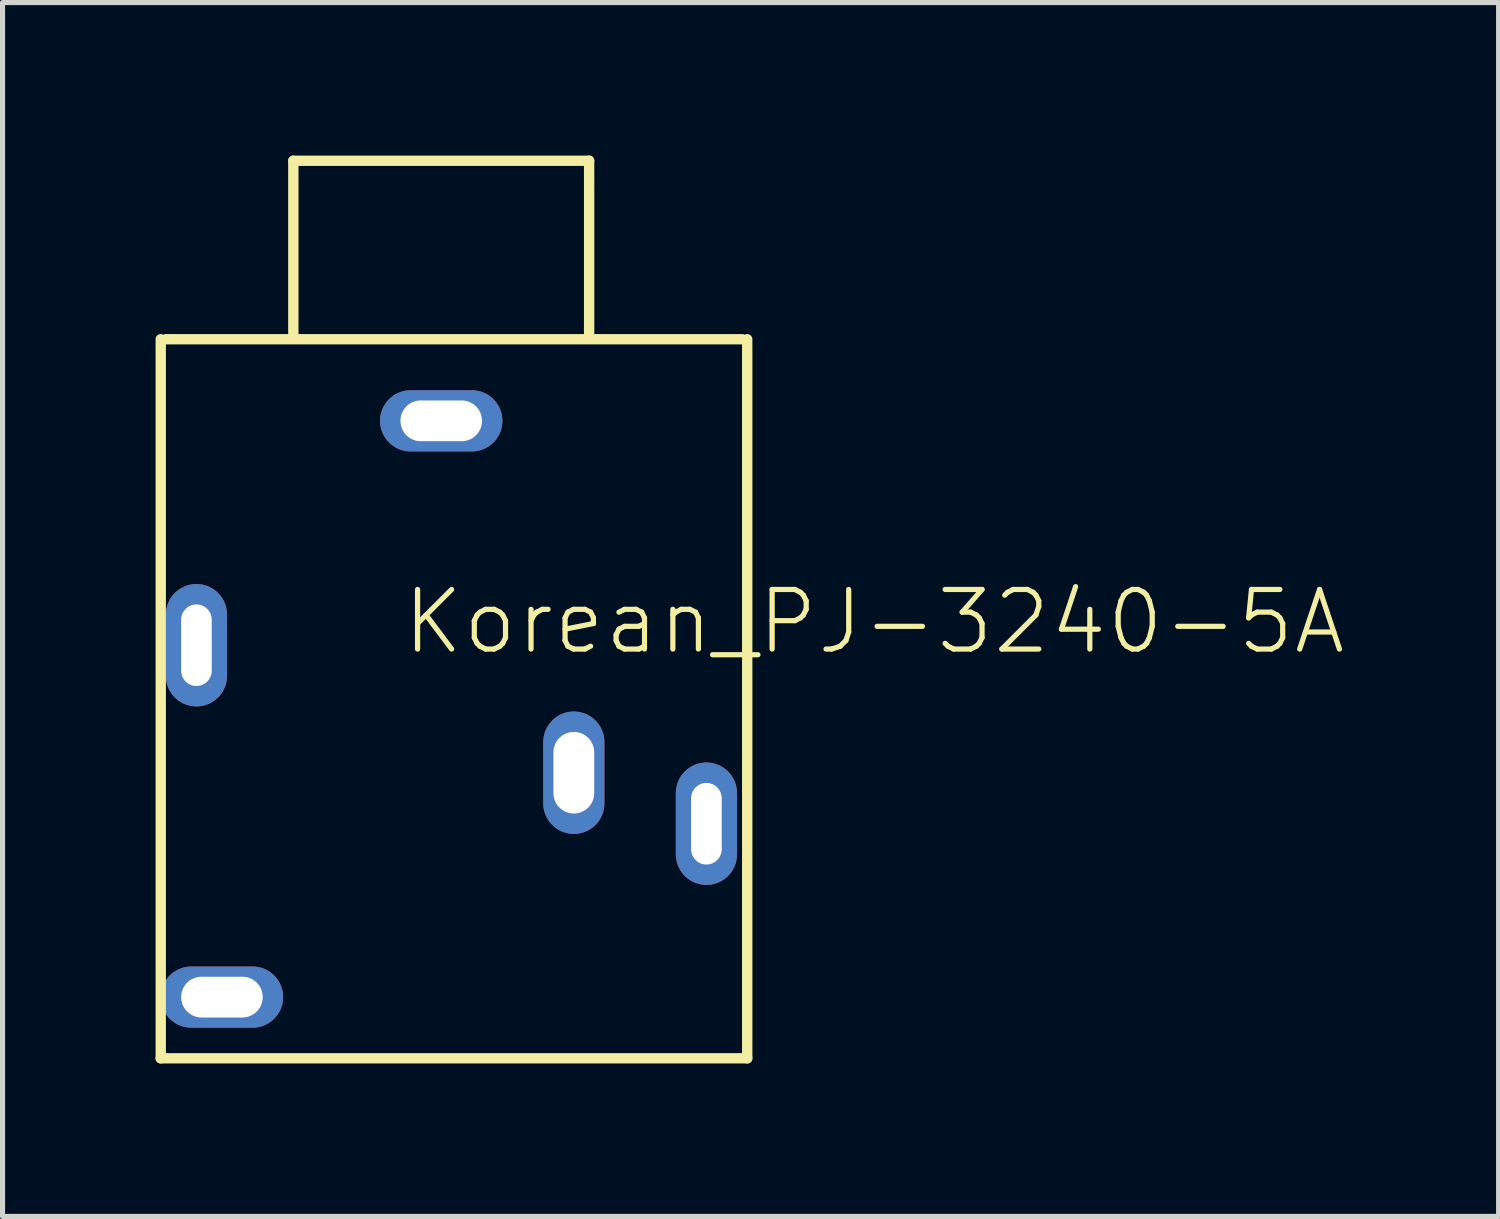
<source format=kicad_pcb>
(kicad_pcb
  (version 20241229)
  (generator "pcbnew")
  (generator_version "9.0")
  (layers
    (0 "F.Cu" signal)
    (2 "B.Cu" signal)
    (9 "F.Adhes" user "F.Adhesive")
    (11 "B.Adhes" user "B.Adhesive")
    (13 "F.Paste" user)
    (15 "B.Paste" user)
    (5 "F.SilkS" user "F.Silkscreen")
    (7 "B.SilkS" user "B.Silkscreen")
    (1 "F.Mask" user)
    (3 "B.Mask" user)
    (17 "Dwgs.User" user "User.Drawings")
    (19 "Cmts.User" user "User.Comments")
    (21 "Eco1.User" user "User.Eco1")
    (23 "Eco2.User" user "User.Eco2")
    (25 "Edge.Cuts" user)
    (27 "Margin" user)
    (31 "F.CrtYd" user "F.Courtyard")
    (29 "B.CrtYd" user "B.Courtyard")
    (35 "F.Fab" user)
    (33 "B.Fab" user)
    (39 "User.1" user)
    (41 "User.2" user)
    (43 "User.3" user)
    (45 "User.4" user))
  (footprint "Korean_PJ-3240-5A"
    (layer "F.Cu")
    (at 5.602 3.502)
    (property "Reference" "Korean_PJ-3240-5A" (at -0.809 6.323 0) (layer "F.SilkS") (effects (font (size 1.168 1.168) (thickness 0.102)) (justify left bottom)))
    (fp_line (start -5.5 14.2) (end -5.5 0.1) (stroke (width 0.203) (type solid)) (layer "F.SilkS"))
    (fp_line (start -5.4 0.1) (end 5.9 0.1) (stroke (width 0.203) (type solid)) (layer "F.SilkS"))
    (fp_line (start -2.9 -3.4) (end 2.9 -3.4) (stroke (width 0.203) (type solid)) (layer "F.SilkS"))
    (fp_line (start -2.9 0) (end -2.9 -3.4) (stroke (width 0.203) (type solid)) (layer "F.SilkS"))
    (fp_line (start 2.9 -3.4) (end 2.9 0) (stroke (width 0.203) (type solid)) (layer "F.SilkS"))
    (fp_line (start 6 0.1) (end 6 14.2) (stroke (width 0.203) (type solid)) (layer "F.SilkS"))
    (fp_line (start 6 14.2) (end -5.5 14.2) (stroke (width 0.203) (type solid)) (layer "F.SilkS"))
    (pad "1" thru_hole oval (at 0 1.7 180) (size 2.4 1.2) (drill oval 1.6 0.8) (layers "*.Cu" "*.Mask"))
    (pad "2" thru_hole oval (at -4.8 6.1 90) (size 2.4 1.2) (drill oval 1.6 0.6) (layers "*.Cu" "*.Mask"))
    (pad "3" thru_hole oval (at 5.2 9.6 90) (size 2.4 1.2) (drill oval 1.6 0.6) (layers "*.Cu" "*.Mask"))
    (pad "4" thru_hole oval (at -4.3 13 180) (size 2.4 1.2) (drill oval 1.6 0.8) (layers "*.Cu" "*.Mask"))
    (pad "5" thru_hole oval (at 2.6 8.6 90) (size 2.4 1.2) (drill oval 1.6 0.8) (layers "*.Cu" "*.Mask")))
  (gr_rect
    (start -3 -3)
    (end 26.336 20.803)
    (stroke (width 0.1) (type default))
    (fill no)
    (layer "Edge.Cuts")))
</source>
